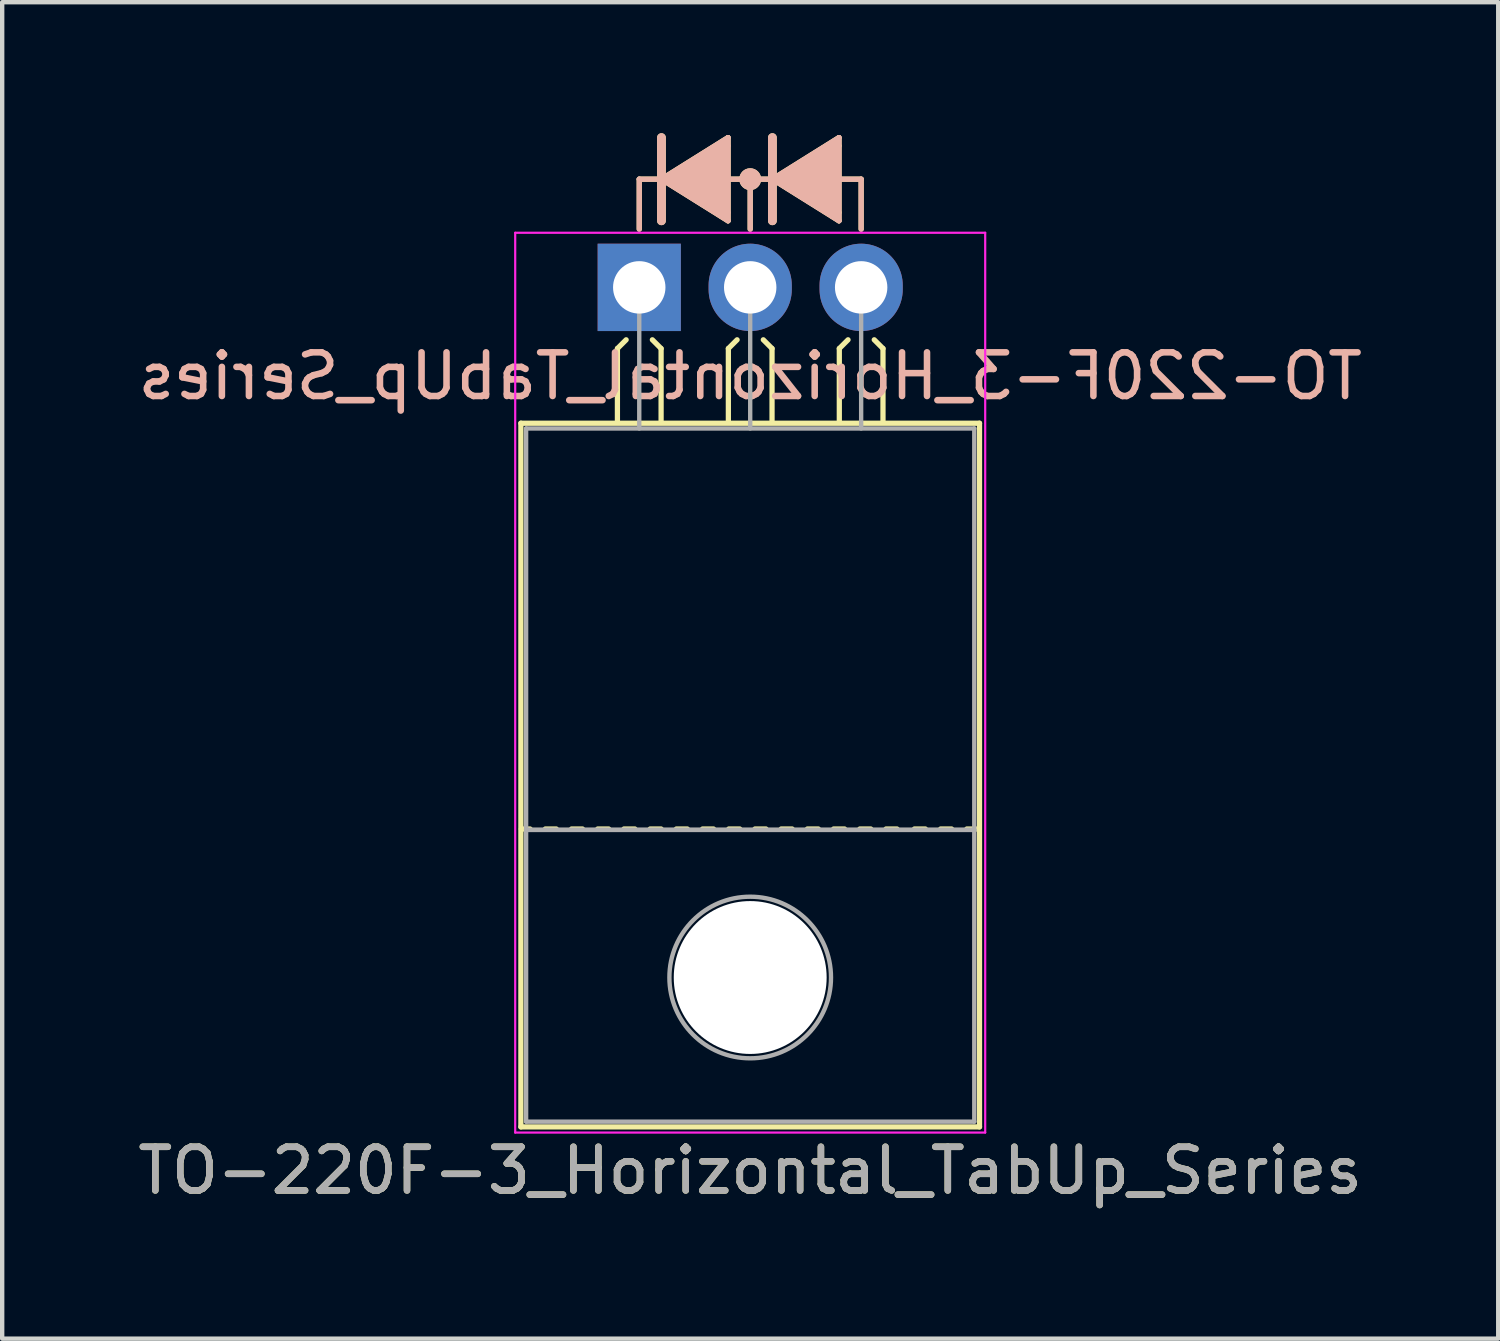
<source format=kicad_pcb>
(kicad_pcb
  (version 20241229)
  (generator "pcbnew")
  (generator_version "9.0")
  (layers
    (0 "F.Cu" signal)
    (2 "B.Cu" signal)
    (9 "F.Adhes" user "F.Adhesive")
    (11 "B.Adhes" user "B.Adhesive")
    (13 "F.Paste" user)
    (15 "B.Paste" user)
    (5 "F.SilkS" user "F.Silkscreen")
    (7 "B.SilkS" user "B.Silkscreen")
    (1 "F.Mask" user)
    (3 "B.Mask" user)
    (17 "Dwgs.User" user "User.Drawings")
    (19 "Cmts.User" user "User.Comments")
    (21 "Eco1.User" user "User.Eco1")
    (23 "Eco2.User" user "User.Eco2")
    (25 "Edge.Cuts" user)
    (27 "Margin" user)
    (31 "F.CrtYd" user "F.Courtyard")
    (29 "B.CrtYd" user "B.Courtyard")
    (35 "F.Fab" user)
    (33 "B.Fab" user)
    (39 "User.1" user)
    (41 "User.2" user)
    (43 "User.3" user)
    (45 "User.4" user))
  (footprint "TO-220F-3_Horizontal_TabUp_Series"
    (layer "F.Cu")
    (at 11.585 3.529)
    (property "Reference" "TO-220F-3_Horizontal_TabUp_Series" (at 2.54 20.22 0) (layer "F.SilkS") (effects (font (size 1 1) (thickness 0.15))))
    (fp_line (start -2.71 19.22) (end -2.71 3.11) (stroke (width 0.12) (type solid)) (layer "F.SilkS"))
    (fp_line (start -2.5 12.4) (end -2.7 12.4) (stroke (width 0.12) (type solid)) (layer "F.SilkS"))
    (fp_line (start -1.9 12.4) (end -2.15 12.4) (stroke (width 0.12) (type solid)) (layer "F.SilkS"))
    (fp_line (start -1.3 12.4) (end -1.55 12.4) (stroke (width 0.12) (type solid)) (layer "F.SilkS"))
    (fp_line (start -0.7 12.4) (end -0.95 12.4) (stroke (width 0.12) (type solid)) (layer "F.SilkS"))
    (fp_line (start -0.5 1.4) (end -0.3 1.2) (stroke (width 0.12) (type solid)) (layer "F.SilkS"))
    (fp_line (start -0.5 3.048) (end -0.5 1.4) (stroke (width 0.12) (type solid)) (layer "F.SilkS"))
    (fp_line (start -0.1 12.4) (end -0.35 12.4) (stroke (width 0.12) (type solid)) (layer "F.SilkS"))
    (fp_line (start 0 -2.477) (end 0.508 -2.477) (stroke (width 0.12) (type solid)) (layer "F.SilkS"))
    (fp_line (start 0 -1.333) (end 0 -2.477) (stroke (width 0.12) (type solid)) (layer "F.SilkS"))
    (fp_line (start 0.5 1.4) (end 0.3 1.2) (stroke (width 0.12) (type solid)) (layer "F.SilkS"))
    (fp_line (start 0.5 3.048) (end 0.5 1.4) (stroke (width 0.12) (type solid)) (layer "F.SilkS"))
    (fp_line (start 0.5 12.4) (end 0.25 12.4) (stroke (width 0.12) (type solid)) (layer "F.SilkS"))
    (fp_line (start 0.508 -3.429) (end 0.508 -1.524) (stroke (width 0.2) (type solid)) (layer "F.SilkS"))
    (fp_line (start 0.508 -2.477) (end 2.032 -1.524) (stroke (width 0.12) (type solid)) (layer "F.SilkS"))
    (fp_line (start 1.1 12.4) (end 0.85 12.4) (stroke (width 0.12) (type solid)) (layer "F.SilkS"))
    (fp_line (start 1.7 12.4) (end 1.45 12.4) (stroke (width 0.12) (type solid)) (layer "F.SilkS"))
    (fp_line (start 2.032 -3.429) (end 0.508 -2.477) (stroke (width 0.12) (type solid)) (layer "F.SilkS"))
    (fp_line (start 2.032 -1.524) (end 2.032 -3.429) (stroke (width 0.12) (type solid)) (layer "F.SilkS"))
    (fp_line (start 2.04 1.4) (end 2.24 1.2) (stroke (width 0.12) (type solid)) (layer "F.SilkS"))
    (fp_line (start 2.04 3.048) (end 2.04 1.4) (stroke (width 0.12) (type solid)) (layer "F.SilkS"))
    (fp_line (start 2.3 12.4) (end 2.05 12.4) (stroke (width 0.12) (type solid)) (layer "F.SilkS"))
    (fp_line (start 2.54 -2.477) (end 2.032 -2.477) (stroke (width 0.12) (type solid)) (layer "F.SilkS"))
    (fp_line (start 2.54 -2.477) (end 3.048 -2.477) (stroke (width 0.12) (type solid)) (layer "F.SilkS"))
    (fp_line (start 2.54 -1.333) (end 2.54 -2.477) (stroke (width 0.12) (type solid)) (layer "F.SilkS"))
    (fp_line (start 2.9 12.4) (end 2.65 12.4) (stroke (width 0.12) (type solid)) (layer "F.SilkS"))
    (fp_line (start 3.04 1.4) (end 2.84 1.2) (stroke (width 0.12) (type solid)) (layer "F.SilkS"))
    (fp_line (start 3.04 3.048) (end 3.04 1.4) (stroke (width 0.12) (type solid)) (layer "F.SilkS"))
    (fp_line (start 3.048 -3.429) (end 3.048 -1.524) (stroke (width 0.2) (type solid)) (layer "F.SilkS"))
    (fp_line (start 3.048 -2.477) (end 4.572 -3.429) (stroke (width 0.12) (type solid)) (layer "F.SilkS"))
    (fp_line (start 3.048 -2.477) (end 4.572 -1.524) (stroke (width 0.12) (type solid)) (layer "F.SilkS"))
    (fp_line (start 3.5 12.4) (end 3.25 12.4) (stroke (width 0.12) (type solid)) (layer "F.SilkS"))
    (fp_line (start 4.1 12.4) (end 3.85 12.4) (stroke (width 0.12) (type solid)) (layer "F.SilkS"))
    (fp_line (start 4.572 -3.239) (end 4.572 -3.429) (stroke (width 0.12) (type solid)) (layer "F.SilkS"))
    (fp_line (start 4.572 -1.714) (end 4.572 -3.239) (stroke (width 0.12) (type solid)) (layer "F.SilkS"))
    (fp_line (start 4.572 -1.714) (end 4.572 -1.524) (stroke (width 0.12) (type solid)) (layer "F.SilkS"))
    (fp_line (start 4.58 1.4) (end 4.78 1.2) (stroke (width 0.12) (type solid)) (layer "F.SilkS"))
    (fp_line (start 4.58 3.048) (end 4.58 1.4) (stroke (width 0.12) (type solid)) (layer "F.SilkS"))
    (fp_line (start 4.7 12.4) (end 4.45 12.4) (stroke (width 0.12) (type solid)) (layer "F.SilkS"))
    (fp_line (start 5.08 -2.477) (end 4.572 -2.477) (stroke (width 0.12) (type solid)) (layer "F.SilkS"))
    (fp_line (start 5.08 -1.333) (end 5.08 -2.477) (stroke (width 0.12) (type solid)) (layer "F.SilkS"))
    (fp_line (start 5.3 12.4) (end 5.05 12.4) (stroke (width 0.12) (type solid)) (layer "F.SilkS"))
    (fp_line (start 5.58 1.4) (end 5.38 1.2) (stroke (width 0.12) (type solid)) (layer "F.SilkS"))
    (fp_line (start 5.58 3.048) (end 5.58 1.4) (stroke (width 0.12) (type solid)) (layer "F.SilkS"))
    (fp_line (start 5.9 12.4) (end 5.65 12.4) (stroke (width 0.12) (type solid)) (layer "F.SilkS"))
    (fp_line (start 6.55 12.4) (end 6.3 12.4) (stroke (width 0.12) (type solid)) (layer "F.SilkS"))
    (fp_line (start 7.15 12.4) (end 6.9 12.4) (stroke (width 0.12) (type solid)) (layer "F.SilkS"))
    (fp_line (start 7.75 12.4) (end 7.5 12.4) (stroke (width 0.12) (type solid)) (layer "F.SilkS"))
    (fp_line (start 7.79 3.11) (end -2.71 3.11) (stroke (width 0.12) (type solid)) (layer "F.SilkS"))
    (fp_line (start 7.79 19.22) (end -2.71 19.22) (stroke (width 0.12) (type solid)) (layer "F.SilkS"))
    (fp_line (start 7.79 19.22) (end 7.79 3.11) (stroke (width 0.12) (type solid)) (layer "F.SilkS"))
    (fp_circle (center 2.54 -2.477) (end 2.54 -2.667) (stroke (width 0.12) (type solid)) (fill no) (layer "F.SilkS"))
    (fp_circle (center 2.54 -2.477) (end 2.54 -2.603) (stroke (width 0.12) (type solid)) (fill no) (layer "F.SilkS"))
    (fp_circle (center 2.54 -2.477) (end 2.54 -2.54) (stroke (width 0.12) (type solid)) (fill no) (layer "F.SilkS"))
    (fp_poly (pts (xy 2.032 -1.524) (xy 0.508 -2.477) (xy 2.032 -3.429)) (stroke (width 0.1) (type solid)) (fill yes) (layer "F.SilkS"))
    (fp_poly (pts (xy 3.048 -2.477) (xy 4.572 -3.429) (xy 4.572 -1.524)) (stroke (width 0.1) (type solid)) (fill yes) (layer "F.SilkS"))
    (fp_line (start 0 -2.477) (end 0.508 -2.477) (stroke (width 0.12) (type solid)) (layer "B.SilkS"))
    (fp_line (start 0 -1.333) (end 0 -2.477) (stroke (width 0.12) (type solid)) (layer "B.SilkS"))
    (fp_line (start 0.508 -2.477) (end 2.032 -3.429) (stroke (width 0.12) (type solid)) (layer "B.SilkS"))
    (fp_line (start 0.508 -2.477) (end 2.032 -1.524) (stroke (width 0.12) (type solid)) (layer "B.SilkS"))
    (fp_line (start 0.508 -1.524) (end 0.508 -3.429) (stroke (width 0.2) (type solid)) (layer "B.SilkS"))
    (fp_line (start 2.032 -3.239) (end 2.032 -3.429) (stroke (width 0.12) (type solid)) (layer "B.SilkS"))
    (fp_line (start 2.032 -3.239) (end 2.032 -1.714) (stroke (width 0.12) (type solid)) (layer "B.SilkS"))
    (fp_line (start 2.032 -1.714) (end 2.032 -1.524) (stroke (width 0.12) (type solid)) (layer "B.SilkS"))
    (fp_line (start 2.54 -2.477) (end 2.032 -2.477) (stroke (width 0.12) (type solid)) (layer "B.SilkS"))
    (fp_line (start 2.54 -2.477) (end 3.048 -2.477) (stroke (width 0.12) (type solid)) (layer "B.SilkS"))
    (fp_line (start 2.54 -1.333) (end 2.54 -2.477) (stroke (width 0.12) (type solid)) (layer "B.SilkS"))
    (fp_line (start 3.048 -2.477) (end 4.572 -3.429) (stroke (width 0.12) (type solid)) (layer "B.SilkS"))
    (fp_line (start 3.048 -1.524) (end 3.048 -3.429) (stroke (width 0.2) (type solid)) (layer "B.SilkS"))
    (fp_line (start 4.572 -3.429) (end 4.572 -1.524) (stroke (width 0.12) (type solid)) (layer "B.SilkS"))
    (fp_line (start 4.572 -1.524) (end 3.048 -2.477) (stroke (width 0.12) (type solid)) (layer "B.SilkS"))
    (fp_line (start 5.08 -2.477) (end 4.572 -2.477) (stroke (width 0.12) (type solid)) (layer "B.SilkS"))
    (fp_line (start 5.08 -1.333) (end 5.08 -2.477) (stroke (width 0.12) (type solid)) (layer "B.SilkS"))
    (fp_circle (center 2.54 -2.477) (end 2.54 -2.667) (stroke (width 0.12) (type solid)) (fill no) (layer "B.SilkS"))
    (fp_circle (center 2.54 -2.477) (end 2.54 -2.603) (stroke (width 0.12) (type solid)) (fill no) (layer "B.SilkS"))
    (fp_circle (center 2.54 -2.477) (end 2.54 -2.54) (stroke (width 0.12) (type solid)) (fill no) (layer "B.SilkS"))
    (fp_poly (pts (xy 0.508 -2.477) (xy 2.032 -1.524) (xy 2.032 -3.429)) (stroke (width 0.1) (type solid)) (fill yes) (layer "B.SilkS"))
    (fp_poly (pts (xy 4.572 -3.429) (xy 3.048 -2.477) (xy 4.572 -1.524)) (stroke (width 0.1) (type solid)) (fill yes) (layer "B.SilkS"))
    (fp_line (start -2.84 -1.25) (end -2.84 19.35) (stroke (width 0.05) (type solid)) (layer "F.CrtYd"))
    (fp_line (start -2.84 19.35) (end 7.92 19.35) (stroke (width 0.05) (type solid)) (layer "F.CrtYd"))
    (fp_line (start 7.92 -1.25) (end -2.84 -1.25) (stroke (width 0.05) (type solid)) (layer "F.CrtYd"))
    (fp_line (start 7.92 19.35) (end 7.92 -1.25) (stroke (width 0.05) (type solid)) (layer "F.CrtYd"))
    (fp_line (start -2.59 3.23) (end -2.59 12.42) (stroke (width 0.1) (type solid)) (layer "F.Fab"))
    (fp_line (start -2.59 12.42) (end -2.59 19.1) (stroke (width 0.1) (type solid)) (layer "F.Fab"))
    (fp_line (start -2.59 12.42) (end 7.67 12.42) (stroke (width 0.1) (type solid)) (layer "F.Fab"))
    (fp_line (start -2.59 19.1) (end 7.67 19.1) (stroke (width 0.1) (type solid)) (layer "F.Fab"))
    (fp_line (start 0 3.23) (end 0 0) (stroke (width 0.1) (type solid)) (layer "F.Fab"))
    (fp_line (start 2.54 3.23) (end 2.54 0) (stroke (width 0.1) (type solid)) (layer "F.Fab"))
    (fp_line (start 5.08 3.23) (end 5.08 0) (stroke (width 0.1) (type solid)) (layer "F.Fab"))
    (fp_line (start 7.67 3.23) (end -2.59 3.23) (stroke (width 0.1) (type solid)) (layer "F.Fab"))
    (fp_line (start 7.67 12.42) (end -2.59 12.42) (stroke (width 0.1) (type solid)) (layer "F.Fab"))
    (fp_line (start 7.67 12.42) (end 7.67 3.23) (stroke (width 0.1) (type solid)) (layer "F.Fab"))
    (fp_line (start 7.67 19.1) (end 7.67 12.42) (stroke (width 0.1) (type solid)) (layer "F.Fab"))
    (fp_circle (center 2.54 15.8) (end 4.39 15.8) (stroke (width 0.1) (type solid)) (fill no) (layer "F.Fab"))
    (fp_text user "${REFERENCE}" (at 2.54 2.032 0) (layer "B.SilkS") (effects (font (size 1 1) (thickness 0.15)) (justify mirror)))
    (fp_text user "${REFERENCE}" (at 2.54 20.22 0) (layer "F.Fab") (effects (font (size 1 1) (thickness 0.15))))
    (pad "" np_thru_hole oval (at 2.54 15.8) (size 3.5 3.5) (drill 3.5) (layers "*.Cu" "*.Mask"))
    (pad "1" thru_hole rect (at 0 0) (size 1.905 2) (drill 1.2) (layers "*.Cu" "*.Mask"))
    (pad "2" thru_hole oval (at 2.54 0) (size 1.905 2) (drill 1.2) (layers "*.Cu" "*.Mask"))
    (pad "3" thru_hole oval (at 5.08 0) (size 1.905 2) (drill 1.2) (layers "*.Cu" "*.Mask")))
  (gr_rect
    (start -3 -3)
    (end 31.25 27.597)
    (stroke (width 0.1) (type default))
    (fill no)
    (layer "Edge.Cuts")))
</source>
